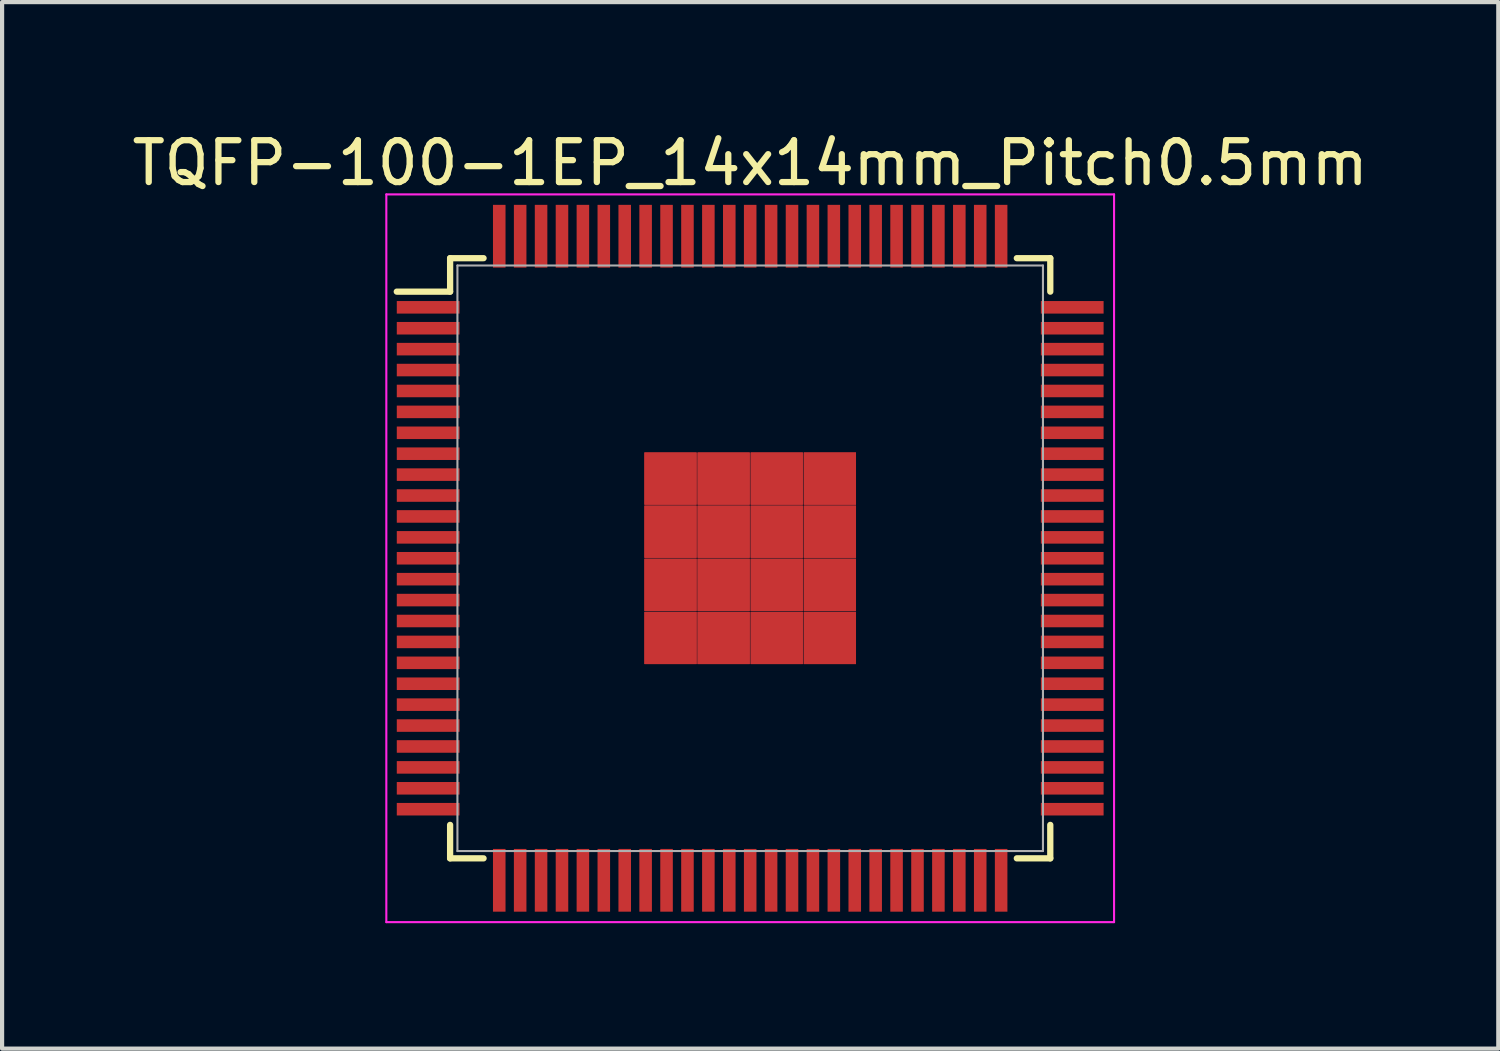
<source format=kicad_pcb>
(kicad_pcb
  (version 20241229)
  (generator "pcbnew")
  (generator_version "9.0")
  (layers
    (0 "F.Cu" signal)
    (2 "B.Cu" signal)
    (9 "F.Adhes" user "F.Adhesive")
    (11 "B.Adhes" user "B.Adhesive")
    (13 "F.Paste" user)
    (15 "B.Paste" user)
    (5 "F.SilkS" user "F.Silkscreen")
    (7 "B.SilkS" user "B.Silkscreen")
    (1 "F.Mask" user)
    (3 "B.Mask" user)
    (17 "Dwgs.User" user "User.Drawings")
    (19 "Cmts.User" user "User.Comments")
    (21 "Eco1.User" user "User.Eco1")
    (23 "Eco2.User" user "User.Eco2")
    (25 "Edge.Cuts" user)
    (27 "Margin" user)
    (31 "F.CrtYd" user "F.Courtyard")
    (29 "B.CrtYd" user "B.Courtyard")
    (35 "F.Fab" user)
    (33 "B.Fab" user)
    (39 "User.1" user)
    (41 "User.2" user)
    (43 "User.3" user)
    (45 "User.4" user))
  (footprint "TQFP-100-1EP_14x14mm_Pitch0.5mm"
    (layer "F.Cu")
    (at 14.887 10.298)
    (property "Reference" "TQFP-100-1EP_14x14mm_Pitch0.5mm" (at 0 -9.45 0) (layer "F.SilkS") (effects (font (size 1 1) (thickness 0.15))))
    (attr smd)
    (fp_line (start -7.175 -7.175) (end -7.175 -6.375) (stroke (width 0.15) (type solid)) (layer "F.SilkS"))
    (fp_line (start -7.175 -7.175) (end -6.375 -7.175) (stroke (width 0.15) (type solid)) (layer "F.SilkS"))
    (fp_line (start -7.175 -6.375) (end -8.45 -6.375) (stroke (width 0.15) (type solid)) (layer "F.SilkS"))
    (fp_line (start -7.175 7.175) (end -7.175 6.375) (stroke (width 0.15) (type solid)) (layer "F.SilkS"))
    (fp_line (start -7.175 7.175) (end -6.375 7.175) (stroke (width 0.15) (type solid)) (layer "F.SilkS"))
    (fp_line (start 7.175 -7.175) (end 6.375 -7.175) (stroke (width 0.15) (type solid)) (layer "F.SilkS"))
    (fp_line (start 7.175 -7.175) (end 7.175 -6.375) (stroke (width 0.15) (type solid)) (layer "F.SilkS"))
    (fp_line (start 7.175 7.175) (end 6.375 7.175) (stroke (width 0.15) (type solid)) (layer "F.SilkS"))
    (fp_line (start 7.175 7.175) (end 7.175 6.375) (stroke (width 0.15) (type solid)) (layer "F.SilkS"))
    (fp_line (start -8.7 -8.7) (end -8.7 8.7) (stroke (width 0.05) (type solid)) (layer "F.CrtYd"))
    (fp_line (start -8.7 -8.7) (end 8.7 -8.7) (stroke (width 0.05) (type solid)) (layer "F.CrtYd"))
    (fp_line (start -8.7 8.7) (end 8.7 8.7) (stroke (width 0.05) (type solid)) (layer "F.CrtYd"))
    (fp_line (start 8.7 -8.7) (end 8.7 8.7) (stroke (width 0.05) (type solid)) (layer "F.CrtYd"))
    (fp_line (start -7 -7) (end -7 7) (stroke (width 0.05) (type solid)) (layer "F.Fab"))
    (fp_line (start -7 7) (end 7 7) (stroke (width 0.05) (type solid)) (layer "F.Fab"))
    (fp_line (start 7 -7) (end -7 -7) (stroke (width 0.05) (type solid)) (layer "F.Fab"))
    (fp_line (start 7 7) (end 7 -7) (stroke (width 0.05) (type solid)) (layer "F.Fab"))
    (pad "1" smd rect (at -7.7 -6) (size 1.5 0.3) (layers "F.Cu" "F.Mask" "F.Paste"))
    (pad "2" smd rect (at -7.7 -5.5) (size 1.5 0.3) (layers "F.Cu" "F.Mask" "F.Paste"))
    (pad "3" smd rect (at -7.7 -5) (size 1.5 0.3) (layers "F.Cu" "F.Mask" "F.Paste"))
    (pad "4" smd rect (at -7.7 -4.5) (size 1.5 0.3) (layers "F.Cu" "F.Mask" "F.Paste"))
    (pad "5" smd rect (at -7.7 -4) (size 1.5 0.3) (layers "F.Cu" "F.Mask" "F.Paste"))
    (pad "6" smd rect (at -7.7 -3.5) (size 1.5 0.3) (layers "F.Cu" "F.Mask" "F.Paste"))
    (pad "7" smd rect (at -7.7 -3) (size 1.5 0.3) (layers "F.Cu" "F.Mask" "F.Paste"))
    (pad "8" smd rect (at -7.7 -2.5) (size 1.5 0.3) (layers "F.Cu" "F.Mask" "F.Paste"))
    (pad "9" smd rect (at -7.7 -2) (size 1.5 0.3) (layers "F.Cu" "F.Mask" "F.Paste"))
    (pad "10" smd rect (at -7.7 -1.5) (size 1.5 0.3) (layers "F.Cu" "F.Mask" "F.Paste"))
    (pad "11" smd rect (at -7.7 -1) (size 1.5 0.3) (layers "F.Cu" "F.Mask" "F.Paste"))
    (pad "12" smd rect (at -7.7 -0.5) (size 1.5 0.3) (layers "F.Cu" "F.Mask" "F.Paste"))
    (pad "13" smd rect (at -7.7 0) (size 1.5 0.3) (layers "F.Cu" "F.Mask" "F.Paste"))
    (pad "14" smd rect (at -7.7 0.5) (size 1.5 0.3) (layers "F.Cu" "F.Mask" "F.Paste"))
    (pad "15" smd rect (at -7.7 1) (size 1.5 0.3) (layers "F.Cu" "F.Mask" "F.Paste"))
    (pad "16" smd rect (at -7.7 1.5) (size 1.5 0.3) (layers "F.Cu" "F.Mask" "F.Paste"))
    (pad "17" smd rect (at -7.7 2) (size 1.5 0.3) (layers "F.Cu" "F.Mask" "F.Paste"))
    (pad "18" smd rect (at -7.7 2.5) (size 1.5 0.3) (layers "F.Cu" "F.Mask" "F.Paste"))
    (pad "19" smd rect (at -7.7 3) (size 1.5 0.3) (layers "F.Cu" "F.Mask" "F.Paste"))
    (pad "20" smd rect (at -7.7 3.5) (size 1.5 0.3) (layers "F.Cu" "F.Mask" "F.Paste"))
    (pad "21" smd rect (at -7.7 4) (size 1.5 0.3) (layers "F.Cu" "F.Mask" "F.Paste"))
    (pad "22" smd rect (at -7.7 4.5) (size 1.5 0.3) (layers "F.Cu" "F.Mask" "F.Paste"))
    (pad "23" smd rect (at -7.7 5) (size 1.5 0.3) (layers "F.Cu" "F.Mask" "F.Paste"))
    (pad "24" smd rect (at -7.7 5.5) (size 1.5 0.3) (layers "F.Cu" "F.Mask" "F.Paste"))
    (pad "25" smd rect (at -7.7 6) (size 1.5 0.3) (layers "F.Cu" "F.Mask" "F.Paste"))
    (pad "26" smd rect (at -6 7.7 90) (size 1.5 0.3) (layers "F.Cu" "F.Mask" "F.Paste"))
    (pad "27" smd rect (at -5.5 7.7 90) (size 1.5 0.3) (layers "F.Cu" "F.Mask" "F.Paste"))
    (pad "28" smd rect (at -5 7.7 90) (size 1.5 0.3) (layers "F.Cu" "F.Mask" "F.Paste"))
    (pad "29" smd rect (at -4.5 7.7 90) (size 1.5 0.3) (layers "F.Cu" "F.Mask" "F.Paste"))
    (pad "30" smd rect (at -4 7.7 90) (size 1.5 0.3) (layers "F.Cu" "F.Mask" "F.Paste"))
    (pad "31" smd rect (at -3.5 7.7 90) (size 1.5 0.3) (layers "F.Cu" "F.Mask" "F.Paste"))
    (pad "32" smd rect (at -3 7.7 90) (size 1.5 0.3) (layers "F.Cu" "F.Mask" "F.Paste"))
    (pad "33" smd rect (at -2.5 7.7 90) (size 1.5 0.3) (layers "F.Cu" "F.Mask" "F.Paste"))
    (pad "34" smd rect (at -2 7.7 90) (size 1.5 0.3) (layers "F.Cu" "F.Mask" "F.Paste"))
    (pad "35" smd rect (at -1.5 7.7 90) (size 1.5 0.3) (layers "F.Cu" "F.Mask" "F.Paste"))
    (pad "36" smd rect (at -1 7.7 90) (size 1.5 0.3) (layers "F.Cu" "F.Mask" "F.Paste"))
    (pad "37" smd rect (at -0.5 7.7 90) (size 1.5 0.3) (layers "F.Cu" "F.Mask" "F.Paste"))
    (pad "38" smd rect (at 0 7.7 90) (size 1.5 0.3) (layers "F.Cu" "F.Mask" "F.Paste"))
    (pad "39" smd rect (at 0.5 7.7 90) (size 1.5 0.3) (layers "F.Cu" "F.Mask" "F.Paste"))
    (pad "40" smd rect (at 1 7.7 90) (size 1.5 0.3) (layers "F.Cu" "F.Mask" "F.Paste"))
    (pad "41" smd rect (at 1.5 7.7 90) (size 1.5 0.3) (layers "F.Cu" "F.Mask" "F.Paste"))
    (pad "42" smd rect (at 2 7.7 90) (size 1.5 0.3) (layers "F.Cu" "F.Mask" "F.Paste"))
    (pad "43" smd rect (at 2.5 7.7 90) (size 1.5 0.3) (layers "F.Cu" "F.Mask" "F.Paste"))
    (pad "44" smd rect (at 3 7.7 90) (size 1.5 0.3) (layers "F.Cu" "F.Mask" "F.Paste"))
    (pad "45" smd rect (at 3.5 7.7 90) (size 1.5 0.3) (layers "F.Cu" "F.Mask" "F.Paste"))
    (pad "46" smd rect (at 4 7.7 90) (size 1.5 0.3) (layers "F.Cu" "F.Mask" "F.Paste"))
    (pad "47" smd rect (at 4.5 7.7 90) (size 1.5 0.3) (layers "F.Cu" "F.Mask" "F.Paste"))
    (pad "48" smd rect (at 5 7.7 90) (size 1.5 0.3) (layers "F.Cu" "F.Mask" "F.Paste"))
    (pad "49" smd rect (at 5.5 7.7 90) (size 1.5 0.3) (layers "F.Cu" "F.Mask" "F.Paste"))
    (pad "50" smd rect (at 6 7.7 90) (size 1.5 0.3) (layers "F.Cu" "F.Mask" "F.Paste"))
    (pad "51" smd rect (at 7.7 6) (size 1.5 0.3) (layers "F.Cu" "F.Mask" "F.Paste"))
    (pad "52" smd rect (at 7.7 5.5) (size 1.5 0.3) (layers "F.Cu" "F.Mask" "F.Paste"))
    (pad "53" smd rect (at 7.7 5) (size 1.5 0.3) (layers "F.Cu" "F.Mask" "F.Paste"))
    (pad "54" smd rect (at 7.7 4.5) (size 1.5 0.3) (layers "F.Cu" "F.Mask" "F.Paste"))
    (pad "55" smd rect (at 7.7 4) (size 1.5 0.3) (layers "F.Cu" "F.Mask" "F.Paste"))
    (pad "56" smd rect (at 7.7 3.5) (size 1.5 0.3) (layers "F.Cu" "F.Mask" "F.Paste"))
    (pad "57" smd rect (at 7.7 3) (size 1.5 0.3) (layers "F.Cu" "F.Mask" "F.Paste"))
    (pad "58" smd rect (at 7.7 2.5) (size 1.5 0.3) (layers "F.Cu" "F.Mask" "F.Paste"))
    (pad "59" smd rect (at 7.7 2) (size 1.5 0.3) (layers "F.Cu" "F.Mask" "F.Paste"))
    (pad "60" smd rect (at 7.7 1.5) (size 1.5 0.3) (layers "F.Cu" "F.Mask" "F.Paste"))
    (pad "61" smd rect (at 7.7 1) (size 1.5 0.3) (layers "F.Cu" "F.Mask" "F.Paste"))
    (pad "62" smd rect (at 7.7 0.5) (size 1.5 0.3) (layers "F.Cu" "F.Mask" "F.Paste"))
    (pad "63" smd rect (at 7.7 0) (size 1.5 0.3) (layers "F.Cu" "F.Mask" "F.Paste"))
    (pad "64" smd rect (at 7.7 -0.5) (size 1.5 0.3) (layers "F.Cu" "F.Mask" "F.Paste"))
    (pad "65" smd rect (at 7.7 -1) (size 1.5 0.3) (layers "F.Cu" "F.Mask" "F.Paste"))
    (pad "66" smd rect (at 7.7 -1.5) (size 1.5 0.3) (layers "F.Cu" "F.Mask" "F.Paste"))
    (pad "67" smd rect (at 7.7 -2) (size 1.5 0.3) (layers "F.Cu" "F.Mask" "F.Paste"))
    (pad "68" smd rect (at 7.7 -2.5) (size 1.5 0.3) (layers "F.Cu" "F.Mask" "F.Paste"))
    (pad "69" smd rect (at 7.7 -3) (size 1.5 0.3) (layers "F.Cu" "F.Mask" "F.Paste"))
    (pad "70" smd rect (at 7.7 -3.5) (size 1.5 0.3) (layers "F.Cu" "F.Mask" "F.Paste"))
    (pad "71" smd rect (at 7.7 -4) (size 1.5 0.3) (layers "F.Cu" "F.Mask" "F.Paste"))
    (pad "72" smd rect (at 7.7 -4.5) (size 1.5 0.3) (layers "F.Cu" "F.Mask" "F.Paste"))
    (pad "73" smd rect (at 7.7 -5) (size 1.5 0.3) (layers "F.Cu" "F.Mask" "F.Paste"))
    (pad "74" smd rect (at 7.7 -5.5) (size 1.5 0.3) (layers "F.Cu" "F.Mask" "F.Paste"))
    (pad "75" smd rect (at 7.7 -6) (size 1.5 0.3) (layers "F.Cu" "F.Mask" "F.Paste"))
    (pad "76" smd rect (at 6 -7.7 90) (size 1.5 0.3) (layers "F.Cu" "F.Mask" "F.Paste"))
    (pad "77" smd rect (at 5.5 -7.7 90) (size 1.5 0.3) (layers "F.Cu" "F.Mask" "F.Paste"))
    (pad "78" smd rect (at 5 -7.7 90) (size 1.5 0.3) (layers "F.Cu" "F.Mask" "F.Paste"))
    (pad "79" smd rect (at 4.5 -7.7 90) (size 1.5 0.3) (layers "F.Cu" "F.Mask" "F.Paste"))
    (pad "80" smd rect (at 4 -7.7 90) (size 1.5 0.3) (layers "F.Cu" "F.Mask" "F.Paste"))
    (pad "81" smd rect (at 3.5 -7.7 90) (size 1.5 0.3) (layers "F.Cu" "F.Mask" "F.Paste"))
    (pad "82" smd rect (at 3 -7.7 90) (size 1.5 0.3) (layers "F.Cu" "F.Mask" "F.Paste"))
    (pad "83" smd rect (at 2.5 -7.7 90) (size 1.5 0.3) (layers "F.Cu" "F.Mask" "F.Paste"))
    (pad "84" smd rect (at 2 -7.7 90) (size 1.5 0.3) (layers "F.Cu" "F.Mask" "F.Paste"))
    (pad "85" smd rect (at 1.5 -7.7 90) (size 1.5 0.3) (layers "F.Cu" "F.Mask" "F.Paste"))
    (pad "86" smd rect (at 1 -7.7 90) (size 1.5 0.3) (layers "F.Cu" "F.Mask" "F.Paste"))
    (pad "87" smd rect (at 0.5 -7.7 90) (size 1.5 0.3) (layers "F.Cu" "F.Mask" "F.Paste"))
    (pad "88" smd rect (at 0 -7.7 90) (size 1.5 0.3) (layers "F.Cu" "F.Mask" "F.Paste"))
    (pad "89" smd rect (at -0.5 -7.7 90) (size 1.5 0.3) (layers "F.Cu" "F.Mask" "F.Paste"))
    (pad "90" smd rect (at -1 -7.7 90) (size 1.5 0.3) (layers "F.Cu" "F.Mask" "F.Paste"))
    (pad "91" smd rect (at -1.5 -7.7 90) (size 1.5 0.3) (layers "F.Cu" "F.Mask" "F.Paste"))
    (pad "92" smd rect (at -2 -7.7 90) (size 1.5 0.3) (layers "F.Cu" "F.Mask" "F.Paste"))
    (pad "93" smd rect (at -2.5 -7.7 90) (size 1.5 0.3) (layers "F.Cu" "F.Mask" "F.Paste"))
    (pad "94" smd rect (at -3 -7.7 90) (size 1.5 0.3) (layers "F.Cu" "F.Mask" "F.Paste"))
    (pad "95" smd rect (at -3.5 -7.7 90) (size 1.5 0.3) (layers "F.Cu" "F.Mask" "F.Paste"))
    (pad "96" smd rect (at -4 -7.7 90) (size 1.5 0.3) (layers "F.Cu" "F.Mask" "F.Paste"))
    (pad "97" smd rect (at -4.5 -7.7 90) (size 1.5 0.3) (layers "F.Cu" "F.Mask" "F.Paste"))
    (pad "98" smd rect (at -5 -7.7 90) (size 1.5 0.3) (layers "F.Cu" "F.Mask" "F.Paste"))
    (pad "99" smd rect (at -5.5 -7.7 90) (size 1.5 0.3) (layers "F.Cu" "F.Mask" "F.Paste"))
    (pad "100" smd rect (at -6 -7.7 90) (size 1.5 0.3) (layers "F.Cu" "F.Mask" "F.Paste"))
    (pad "101" smd rect (at -1.905 -1.905) (size 1.25 1.25) (layers "F.Cu" "F.Mask" "F.Paste"))
    (pad "101" smd rect (at -1.905 -1.905) (size 1.25 1.25) (layers "F.Cu" "F.Mask" "F.Paste"))
    (pad "101" smd rect (at -1.905 -0.635) (size 1.25 1.25) (layers "F.Cu" "F.Mask" "F.Paste"))
    (pad "101" smd rect (at -1.905 -0.635) (size 1.25 1.25) (layers "F.Cu" "F.Mask" "F.Paste"))
    (pad "101" smd rect (at -1.905 0.635) (size 1.25 1.25) (layers "F.Cu" "F.Mask" "F.Paste"))
    (pad "101" smd rect (at -1.905 0.635) (size 1.25 1.25) (layers "F.Cu" "F.Mask" "F.Paste"))
    (pad "101" smd rect (at -1.905 1.905) (size 1.25 1.25) (layers "F.Cu" "F.Mask" "F.Paste"))
    (pad "101" smd rect (at -1.905 1.905) (size 1.25 1.25) (layers "F.Cu" "F.Mask" "F.Paste"))
    (pad "101" smd rect (at -0.635 -1.905) (size 1.25 1.25) (layers "F.Cu" "F.Mask" "F.Paste"))
    (pad "101" smd rect (at -0.635 -1.905) (size 1.25 1.25) (layers "F.Cu" "F.Mask" "F.Paste"))
    (pad "101" smd rect (at -0.635 -0.635) (size 1.25 1.25) (layers "F.Cu" "F.Mask" "F.Paste"))
    (pad "101" smd rect (at -0.635 -0.635) (size 1.25 1.25) (layers "F.Cu" "F.Mask" "F.Paste"))
    (pad "101" smd rect (at -0.635 0.635) (size 1.25 1.25) (layers "F.Cu" "F.Mask" "F.Paste"))
    (pad "101" smd rect (at -0.635 0.635) (size 1.25 1.25) (layers "F.Cu" "F.Mask" "F.Paste"))
    (pad "101" smd rect (at -0.635 1.905) (size 1.25 1.25) (layers "F.Cu" "F.Mask" "F.Paste"))
    (pad "101" smd rect (at -0.635 1.905) (size 1.25 1.25) (layers "F.Cu" "F.Mask" "F.Paste"))
    (pad "101" smd rect (at 0.635 -1.905) (size 1.25 1.25) (layers "F.Cu" "F.Mask" "F.Paste"))
    (pad "101" smd rect (at 0.635 -1.905) (size 1.25 1.25) (layers "F.Cu" "F.Mask" "F.Paste"))
    (pad "101" smd rect (at 0.635 -0.635) (size 1.25 1.25) (layers "F.Cu" "F.Mask" "F.Paste"))
    (pad "101" smd rect (at 0.635 -0.635) (size 1.25 1.25) (layers "F.Cu" "F.Mask" "F.Paste"))
    (pad "101" smd rect (at 0.635 0.635) (size 1.25 1.25) (layers "F.Cu" "F.Mask" "F.Paste"))
    (pad "101" smd rect (at 0.635 0.635) (size 1.25 1.25) (layers "F.Cu" "F.Mask" "F.Paste"))
    (pad "101" smd rect (at 0.635 1.905) (size 1.25 1.25) (layers "F.Cu" "F.Mask" "F.Paste"))
    (pad "101" smd rect (at 0.635 1.905) (size 1.25 1.25) (layers "F.Cu" "F.Mask" "F.Paste"))
    (pad "101" smd rect (at 1.905 -1.905) (size 1.25 1.25) (layers "F.Cu" "F.Mask" "F.Paste"))
    (pad "101" smd rect (at 1.905 -1.905) (size 1.25 1.25) (layers "F.Cu" "F.Mask" "F.Paste"))
    (pad "101" smd rect (at 1.905 -0.635) (size 1.25 1.25) (layers "F.Cu" "F.Mask" "F.Paste"))
    (pad "101" smd rect (at 1.905 -0.635) (size 1.25 1.25) (layers "F.Cu" "F.Mask" "F.Paste"))
    (pad "101" smd rect (at 1.905 0.635) (size 1.25 1.25) (layers "F.Cu" "F.Mask" "F.Paste"))
    (pad "101" smd rect (at 1.905 0.635) (size 1.25 1.25) (layers "F.Cu" "F.Mask" "F.Paste"))
    (pad "101" smd rect (at 1.905 1.905) (size 1.25 1.25) (layers "F.Cu" "F.Mask" "F.Paste"))
    (pad "101" smd rect (at 1.905 1.905) (size 1.25 1.25) (layers "F.Cu" "F.Mask" "F.Paste")))
  (gr_rect
    (start -3 -3)
    (end 32.774 22.023)
    (stroke (width 0.1) (type default))
    (fill no)
    (layer "Edge.Cuts")))
</source>
